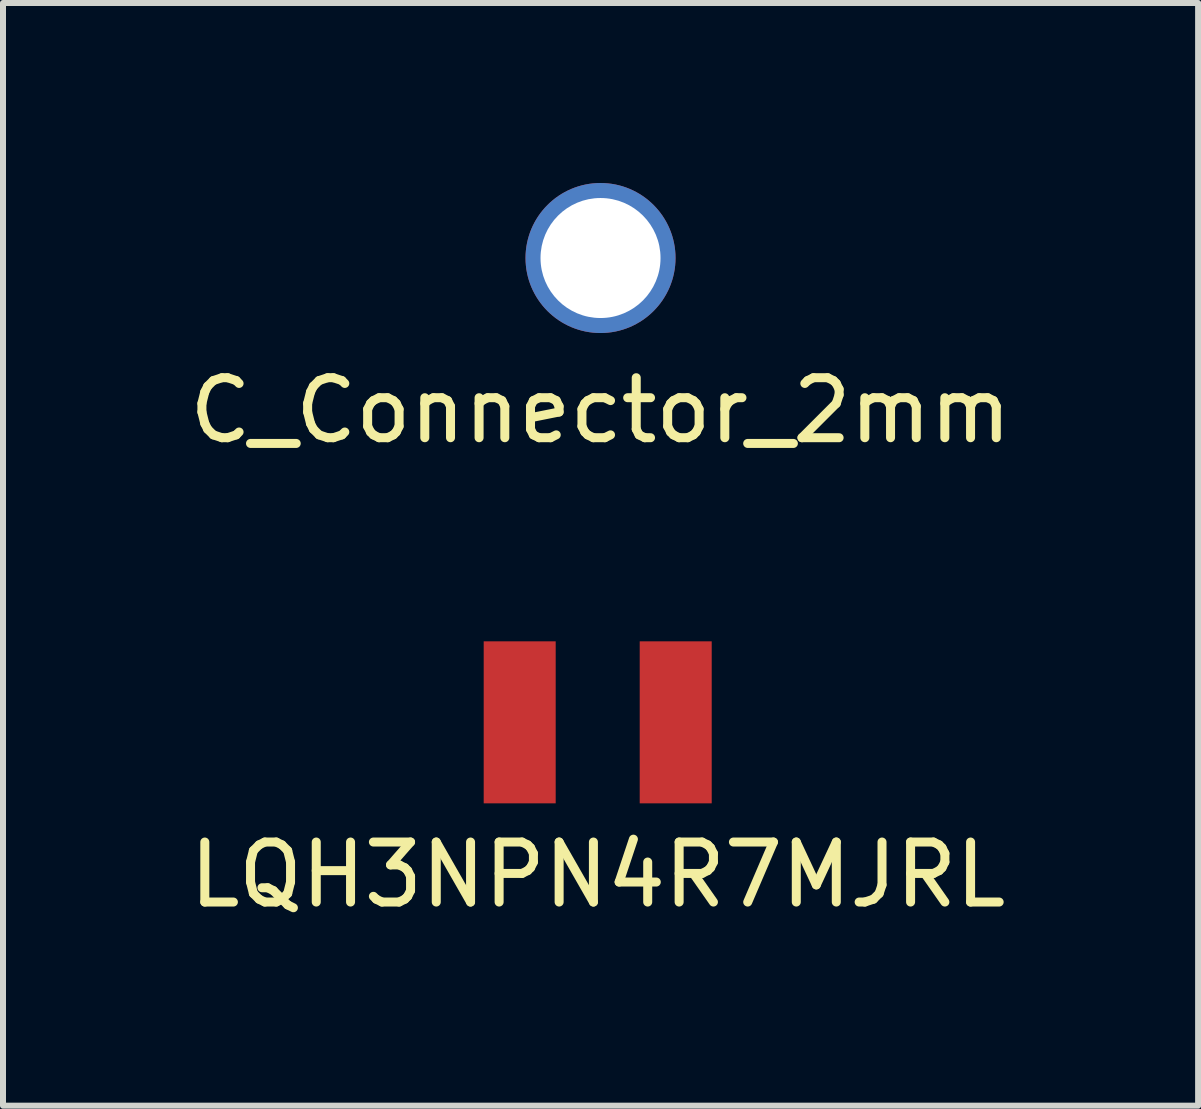
<source format=kicad_pcb>
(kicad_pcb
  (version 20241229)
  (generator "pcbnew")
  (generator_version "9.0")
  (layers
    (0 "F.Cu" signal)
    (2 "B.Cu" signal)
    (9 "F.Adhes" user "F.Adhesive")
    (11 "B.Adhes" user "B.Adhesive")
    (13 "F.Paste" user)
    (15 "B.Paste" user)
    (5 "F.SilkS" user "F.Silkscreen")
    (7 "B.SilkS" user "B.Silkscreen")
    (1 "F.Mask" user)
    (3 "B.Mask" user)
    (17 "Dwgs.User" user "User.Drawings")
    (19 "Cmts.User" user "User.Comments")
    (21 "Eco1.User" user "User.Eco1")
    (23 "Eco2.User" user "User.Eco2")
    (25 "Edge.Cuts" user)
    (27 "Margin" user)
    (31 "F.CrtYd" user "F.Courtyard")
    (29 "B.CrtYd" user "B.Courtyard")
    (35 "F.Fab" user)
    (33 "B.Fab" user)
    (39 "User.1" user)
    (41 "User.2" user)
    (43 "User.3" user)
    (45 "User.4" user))
  (footprint "LQH3NPN4R7MJRL"
    (layer "F.Cu")
    (at 6.911 8.988)
    (property "Reference" "LQH3NPN4R7MJRL" (at 0 2.54 0) (layer "F.SilkS") (effects (font (size 1 1) (thickness 0.15))))
    (attr through_hole)
    (pad "1" smd rect (at -1.3 0) (size 1.2 2.7) (layers "F.Cu" "F.Mask" "F.Paste"))
    (pad "2" smd rect (at 1.3 0) (size 1.2 2.7) (layers "F.Cu" "F.Mask" "F.Paste")))
  (footprint "C_Connector_2mm"
    (layer "F.Cu")
    (at 6.958 1.25)
    (property "Reference" "C_Connector_2mm" (at 0 2.54 0) (layer "F.SilkS") (effects (font (size 1 1) (thickness 0.15))))
    (attr through_hole)
    (pad "1" thru_hole circle (at 0 0) (size 2.5 2.5) (drill 2) (layers "*.Cu" "*.Mask")))
  (gr_rect
    (start -3 -3)
    (end 16.917 15.377)
    (stroke (width 0.1) (type default))
    (fill no)
    (layer "Edge.Cuts")))
</source>
